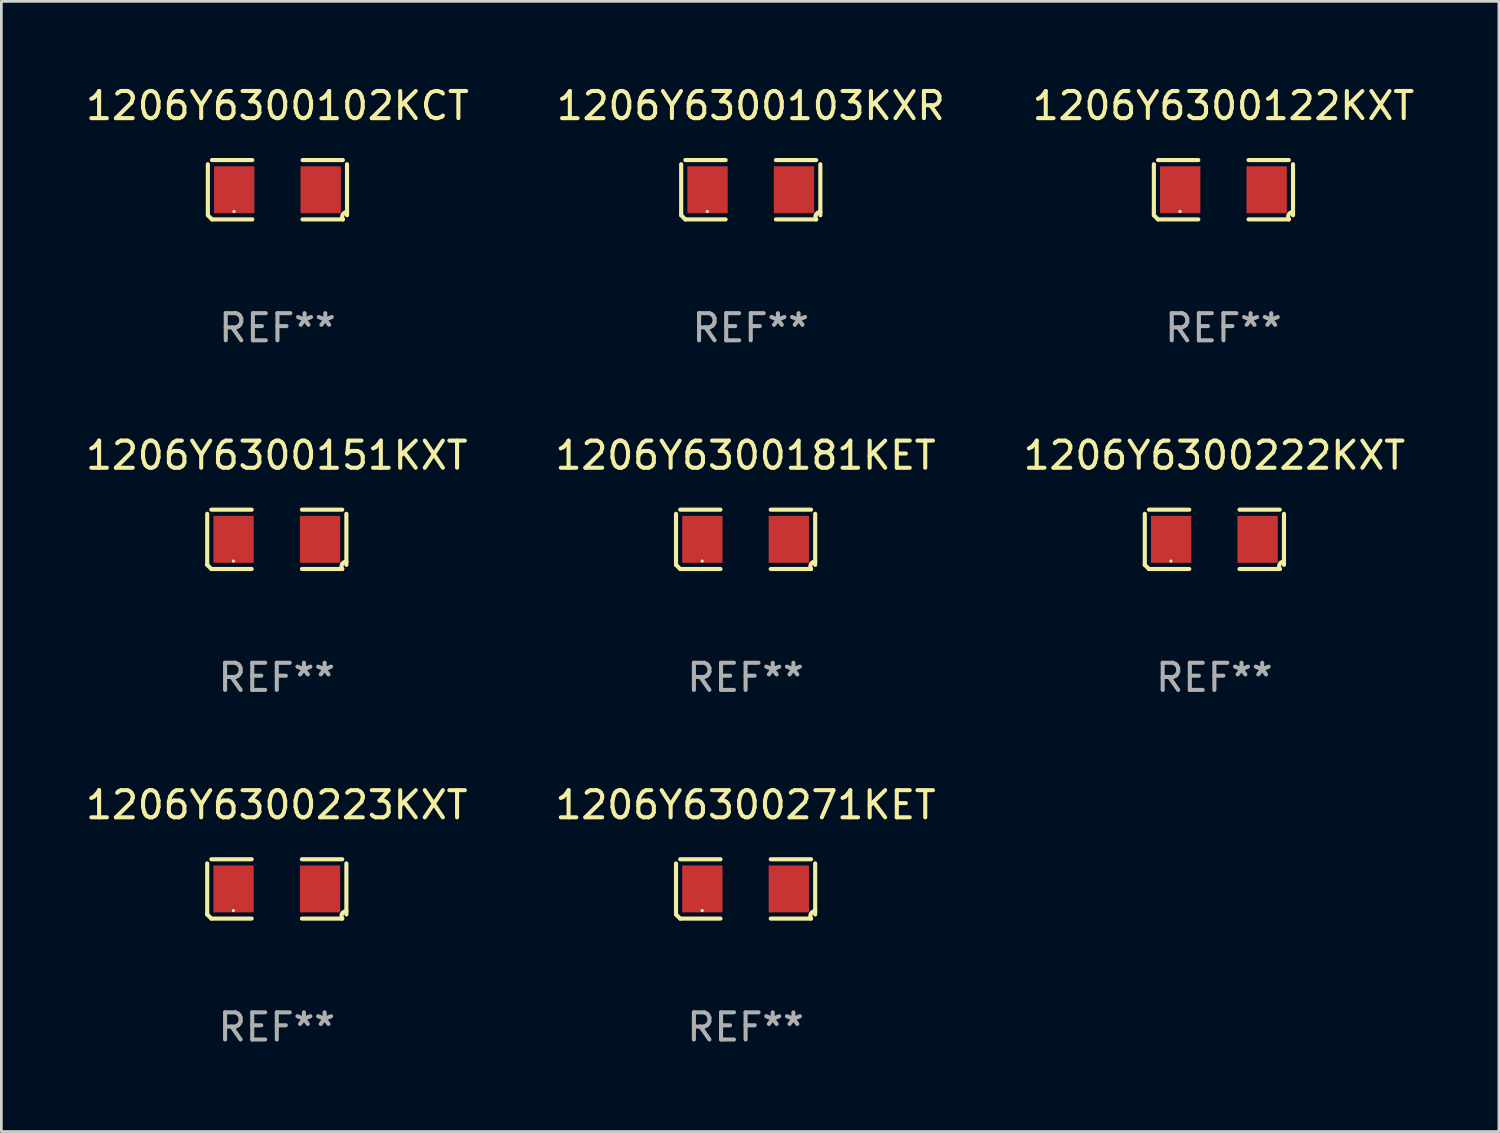
<source format=kicad_pcb>
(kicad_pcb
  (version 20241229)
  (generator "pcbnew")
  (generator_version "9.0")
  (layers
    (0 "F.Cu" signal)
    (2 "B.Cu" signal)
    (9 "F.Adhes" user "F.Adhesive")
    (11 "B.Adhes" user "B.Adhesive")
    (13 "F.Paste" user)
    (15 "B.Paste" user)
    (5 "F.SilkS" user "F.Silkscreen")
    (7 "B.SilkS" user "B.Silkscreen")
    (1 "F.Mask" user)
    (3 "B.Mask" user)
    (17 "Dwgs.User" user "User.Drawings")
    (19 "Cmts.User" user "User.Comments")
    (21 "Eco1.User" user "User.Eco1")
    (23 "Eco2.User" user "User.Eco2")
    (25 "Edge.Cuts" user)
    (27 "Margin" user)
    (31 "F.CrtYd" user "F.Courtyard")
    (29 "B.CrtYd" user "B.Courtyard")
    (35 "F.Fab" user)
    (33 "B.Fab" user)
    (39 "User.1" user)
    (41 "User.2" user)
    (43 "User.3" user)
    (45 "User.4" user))
  (footprint "1206Y6300271KET"
    (layer "F.Cu")
    (at 24.423 29.704)
    (property "Reference" "1206Y6300271KET" (at 0 -3.093 0) (layer "F.SilkS") (effects (font (size 1 1) (thickness 0.15))))
    (attr through_hole)
    (fp_line (start -2.564 0.94) (end -2.564 -0.94) (stroke (width 0.152) (type solid)) (layer "F.SilkS"))
    (fp_line (start -2.411 -1.093) (end -0.926 -1.093) (stroke (width 0.152) (type solid)) (layer "F.SilkS"))
    (fp_line (start -0.926 1.093) (end -2.411 1.093) (stroke (width 0.152) (type solid)) (layer "F.SilkS"))
    (fp_line (start 0.926 1.093) (end 2.411 1.093) (stroke (width 0.152) (type solid)) (layer "F.SilkS"))
    (fp_line (start 2.411 -1.093) (end 0.926 -1.093) (stroke (width 0.152) (type solid)) (layer "F.SilkS"))
    (fp_line (start 2.564 0.94) (end 2.564 -0.94) (stroke (width 0.152) (type solid)) (layer "F.SilkS"))
    (fp_arc (start -2.411201 1.092609) (mid -2.487413 1.01642) (end -2.563602 0.940208) (stroke (width 0.1524) (type solid)) (layer "F.SilkS"))
    (fp_arc (start 2.411201 1.092609) (mid 2.407159 0.911226) (end 2.563602 0.819347) (stroke (width 0.1524) (type solid)) (layer "F.SilkS"))
    (fp_circle (center -1.6 0.8) (end -1.57 0.8) (stroke (width 0.06) (type solid)) (fill no) (layer "F.SilkS"))
    (fp_text user "REF**" (at 0 5.093 0) (layer "F.Fab") (effects (font (size 1 1) (thickness 0.15))))
    (pad "1" smd rect (at -1.593 0) (size 1.485 1.728) (layers "F.Cu" "F.Mask" "F.Paste"))
    (pad "2" smd rect (at 1.593 0) (size 1.485 1.728) (layers "F.Cu" "F.Mask" "F.Paste")))
  (footprint "1206Y6300222KXT"
    (layer "F.Cu")
    (at 41.696 16.823)
    (property "Reference" "1206Y6300222KXT" (at 0 -3.093 0) (layer "F.SilkS") (effects (font (size 1 1) (thickness 0.15))))
    (attr through_hole)
    (fp_line (start -2.564 0.94) (end -2.564 -0.94) (stroke (width 0.152) (type solid)) (layer "F.SilkS"))
    (fp_line (start -2.411 -1.093) (end -0.926 -1.093) (stroke (width 0.152) (type solid)) (layer "F.SilkS"))
    (fp_line (start -0.926 1.093) (end -2.411 1.093) (stroke (width 0.152) (type solid)) (layer "F.SilkS"))
    (fp_line (start 0.926 1.093) (end 2.411 1.093) (stroke (width 0.152) (type solid)) (layer "F.SilkS"))
    (fp_line (start 2.411 -1.093) (end 0.926 -1.093) (stroke (width 0.152) (type solid)) (layer "F.SilkS"))
    (fp_line (start 2.564 0.94) (end 2.564 -0.94) (stroke (width 0.152) (type solid)) (layer "F.SilkS"))
    (fp_arc (start -2.411201 1.092609) (mid -2.487413 1.01642) (end -2.563602 0.940208) (stroke (width 0.1524) (type solid)) (layer "F.SilkS"))
    (fp_arc (start 2.411201 1.092609) (mid 2.407159 0.911226) (end 2.563602 0.819347) (stroke (width 0.1524) (type solid)) (layer "F.SilkS"))
    (fp_circle (center -1.6 0.8) (end -1.57 0.8) (stroke (width 0.06) (type solid)) (fill no) (layer "F.SilkS"))
    (fp_text user "REF**" (at 0 5.093 0) (layer "F.Fab") (effects (font (size 1 1) (thickness 0.15))))
    (pad "1" smd rect (at -1.593 0) (size 1.485 1.728) (layers "F.Cu" "F.Mask" "F.Paste"))
    (pad "2" smd rect (at 1.593 0) (size 1.485 1.728) (layers "F.Cu" "F.Mask" "F.Paste")))
  (footprint "1206Y6300122KXT"
    (layer "F.Cu")
    (at 42.03 3.941)
    (property "Reference" "1206Y6300122KXT" (at 0 -3.093 0) (layer "F.SilkS") (effects (font (size 1 1) (thickness 0.15))))
    (attr through_hole)
    (fp_line (start -2.564 0.94) (end -2.564 -0.94) (stroke (width 0.152) (type solid)) (layer "F.SilkS"))
    (fp_line (start -2.411 -1.093) (end -0.926 -1.093) (stroke (width 0.152) (type solid)) (layer "F.SilkS"))
    (fp_line (start -0.926 1.093) (end -2.411 1.093) (stroke (width 0.152) (type solid)) (layer "F.SilkS"))
    (fp_line (start 0.926 1.093) (end 2.411 1.093) (stroke (width 0.152) (type solid)) (layer "F.SilkS"))
    (fp_line (start 2.411 -1.093) (end 0.926 -1.093) (stroke (width 0.152) (type solid)) (layer "F.SilkS"))
    (fp_line (start 2.564 0.94) (end 2.564 -0.94) (stroke (width 0.152) (type solid)) (layer "F.SilkS"))
    (fp_arc (start -2.411201 1.092609) (mid -2.487413 1.01642) (end -2.563602 0.940208) (stroke (width 0.1524) (type solid)) (layer "F.SilkS"))
    (fp_arc (start 2.411201 1.092609) (mid 2.407159 0.911226) (end 2.563602 0.819347) (stroke (width 0.1524) (type solid)) (layer "F.SilkS"))
    (fp_circle (center -1.6 0.8) (end -1.57 0.8) (stroke (width 0.06) (type solid)) (fill no) (layer "F.SilkS"))
    (fp_text user "REF**" (at 0 5.093 0) (layer "F.Fab") (effects (font (size 1 1) (thickness 0.15))))
    (pad "1" smd rect (at -1.593 0) (size 1.485 1.728) (layers "F.Cu" "F.Mask" "F.Paste"))
    (pad "2" smd rect (at 1.593 0) (size 1.485 1.728) (layers "F.Cu" "F.Mask" "F.Paste")))
  (footprint "1206Y6300181KET"
    (layer "F.Cu")
    (at 24.423 16.823)
    (property "Reference" "1206Y6300181KET" (at 0 -3.093 0) (layer "F.SilkS") (effects (font (size 1 1) (thickness 0.15))))
    (attr through_hole)
    (fp_line (start -2.564 0.94) (end -2.564 -0.94) (stroke (width 0.152) (type solid)) (layer "F.SilkS"))
    (fp_line (start -2.411 -1.093) (end -0.926 -1.093) (stroke (width 0.152) (type solid)) (layer "F.SilkS"))
    (fp_line (start -0.926 1.093) (end -2.411 1.093) (stroke (width 0.152) (type solid)) (layer "F.SilkS"))
    (fp_line (start 0.926 1.093) (end 2.411 1.093) (stroke (width 0.152) (type solid)) (layer "F.SilkS"))
    (fp_line (start 2.411 -1.093) (end 0.926 -1.093) (stroke (width 0.152) (type solid)) (layer "F.SilkS"))
    (fp_line (start 2.564 0.94) (end 2.564 -0.94) (stroke (width 0.152) (type solid)) (layer "F.SilkS"))
    (fp_arc (start -2.411201 1.092609) (mid -2.487413 1.01642) (end -2.563602 0.940208) (stroke (width 0.1524) (type solid)) (layer "F.SilkS"))
    (fp_arc (start 2.411201 1.092609) (mid 2.407159 0.911226) (end 2.563602 0.819347) (stroke (width 0.1524) (type solid)) (layer "F.SilkS"))
    (fp_circle (center -1.6 0.8) (end -1.57 0.8) (stroke (width 0.06) (type solid)) (fill no) (layer "F.SilkS"))
    (fp_text user "REF**" (at 0 5.093 0) (layer "F.Fab") (effects (font (size 1 1) (thickness 0.15))))
    (pad "1" smd rect (at -1.593 0) (size 1.485 1.728) (layers "F.Cu" "F.Mask" "F.Paste"))
    (pad "2" smd rect (at 1.593 0) (size 1.485 1.728) (layers "F.Cu" "F.Mask" "F.Paste")))
  (footprint "1206Y6300223KXT"
    (layer "F.Cu")
    (at 7.149 29.704)
    (property "Reference" "1206Y6300223KXT" (at 0 -3.093 0) (layer "F.SilkS") (effects (font (size 1 1) (thickness 0.15))))
    (attr through_hole)
    (fp_line (start -2.564 0.94) (end -2.564 -0.94) (stroke (width 0.152) (type solid)) (layer "F.SilkS"))
    (fp_line (start -2.411 -1.093) (end -0.926 -1.093) (stroke (width 0.152) (type solid)) (layer "F.SilkS"))
    (fp_line (start -0.926 1.093) (end -2.411 1.093) (stroke (width 0.152) (type solid)) (layer "F.SilkS"))
    (fp_line (start 0.926 1.093) (end 2.411 1.093) (stroke (width 0.152) (type solid)) (layer "F.SilkS"))
    (fp_line (start 2.411 -1.093) (end 0.926 -1.093) (stroke (width 0.152) (type solid)) (layer "F.SilkS"))
    (fp_line (start 2.564 0.94) (end 2.564 -0.94) (stroke (width 0.152) (type solid)) (layer "F.SilkS"))
    (fp_arc (start -2.411201 1.092609) (mid -2.487413 1.01642) (end -2.563602 0.940208) (stroke (width 0.1524) (type solid)) (layer "F.SilkS"))
    (fp_arc (start 2.411201 1.092609) (mid 2.407159 0.911226) (end 2.563602 0.819347) (stroke (width 0.1524) (type solid)) (layer "F.SilkS"))
    (fp_circle (center -1.6 0.8) (end -1.57 0.8) (stroke (width 0.06) (type solid)) (fill no) (layer "F.SilkS"))
    (fp_text user "REF**" (at 0 5.093 0) (layer "F.Fab") (effects (font (size 1 1) (thickness 0.15))))
    (pad "1" smd rect (at -1.593 0) (size 1.485 1.728) (layers "F.Cu" "F.Mask" "F.Paste"))
    (pad "2" smd rect (at 1.593 0) (size 1.485 1.728) (layers "F.Cu" "F.Mask" "F.Paste")))
  (footprint "1206Y6300151KXT"
    (layer "F.Cu")
    (at 7.149 16.823)
    (property "Reference" "1206Y6300151KXT" (at 0 -3.093 0) (layer "F.SilkS") (effects (font (size 1 1) (thickness 0.15))))
    (attr through_hole)
    (fp_line (start -2.564 0.94) (end -2.564 -0.94) (stroke (width 0.152) (type solid)) (layer "F.SilkS"))
    (fp_line (start -2.411 -1.093) (end -0.926 -1.093) (stroke (width 0.152) (type solid)) (layer "F.SilkS"))
    (fp_line (start -0.926 1.093) (end -2.411 1.093) (stroke (width 0.152) (type solid)) (layer "F.SilkS"))
    (fp_line (start 0.926 1.093) (end 2.411 1.093) (stroke (width 0.152) (type solid)) (layer "F.SilkS"))
    (fp_line (start 2.411 -1.093) (end 0.926 -1.093) (stroke (width 0.152) (type solid)) (layer "F.SilkS"))
    (fp_line (start 2.564 0.94) (end 2.564 -0.94) (stroke (width 0.152) (type solid)) (layer "F.SilkS"))
    (fp_arc (start -2.411201 1.092609) (mid -2.487413 1.01642) (end -2.563602 0.940208) (stroke (width 0.1524) (type solid)) (layer "F.SilkS"))
    (fp_arc (start 2.411201 1.092609) (mid 2.407159 0.911226) (end 2.563602 0.819347) (stroke (width 0.1524) (type solid)) (layer "F.SilkS"))
    (fp_circle (center -1.6 0.8) (end -1.57 0.8) (stroke (width 0.06) (type solid)) (fill no) (layer "F.SilkS"))
    (fp_text user "REF**" (at 0 5.093 0) (layer "F.Fab") (effects (font (size 1 1) (thickness 0.15))))
    (pad "1" smd rect (at -1.593 0) (size 1.485 1.728) (layers "F.Cu" "F.Mask" "F.Paste"))
    (pad "2" smd rect (at 1.593 0) (size 1.485 1.728) (layers "F.Cu" "F.Mask" "F.Paste")))
  (footprint "1206Y6300103KXR"
    (layer "F.Cu")
    (at 24.613 3.941)
    (property "Reference" "1206Y6300103KXR" (at 0 -3.093 0) (layer "F.SilkS") (effects (font (size 1 1) (thickness 0.15))))
    (attr through_hole)
    (fp_line (start -2.564 0.94) (end -2.564 -0.94) (stroke (width 0.152) (type solid)) (layer "F.SilkS"))
    (fp_line (start -2.411 -1.093) (end -0.926 -1.093) (stroke (width 0.152) (type solid)) (layer "F.SilkS"))
    (fp_line (start -0.926 1.093) (end -2.411 1.093) (stroke (width 0.152) (type solid)) (layer "F.SilkS"))
    (fp_line (start 0.926 1.093) (end 2.411 1.093) (stroke (width 0.152) (type solid)) (layer "F.SilkS"))
    (fp_line (start 2.411 -1.093) (end 0.926 -1.093) (stroke (width 0.152) (type solid)) (layer "F.SilkS"))
    (fp_line (start 2.564 0.94) (end 2.564 -0.94) (stroke (width 0.152) (type solid)) (layer "F.SilkS"))
    (fp_arc (start -2.411201 1.092609) (mid -2.487413 1.01642) (end -2.563602 0.940208) (stroke (width 0.1524) (type solid)) (layer "F.SilkS"))
    (fp_arc (start 2.411201 1.092609) (mid 2.407159 0.911226) (end 2.563602 0.819347) (stroke (width 0.1524) (type solid)) (layer "F.SilkS"))
    (fp_circle (center -1.6 0.8) (end -1.57 0.8) (stroke (width 0.06) (type solid)) (fill no) (layer "F.SilkS"))
    (fp_text user "REF**" (at 0 5.093 0) (layer "F.Fab") (effects (font (size 1 1) (thickness 0.15))))
    (pad "1" smd rect (at -1.593 0) (size 1.485 1.728) (layers "F.Cu" "F.Mask" "F.Paste"))
    (pad "2" smd rect (at 1.593 0) (size 1.485 1.728) (layers "F.Cu" "F.Mask" "F.Paste")))
  (footprint "1206Y6300102KCT"
    (layer "F.Cu")
    (at 7.173 3.941)
    (property "Reference" "1206Y6300102KCT" (at 0 -3.093 0) (layer "F.SilkS") (effects (font (size 1 1) (thickness 0.15))))
    (attr through_hole)
    (fp_line (start -2.564 0.94) (end -2.564 -0.94) (stroke (width 0.152) (type solid)) (layer "F.SilkS"))
    (fp_line (start -2.411 -1.093) (end -0.926 -1.093) (stroke (width 0.152) (type solid)) (layer "F.SilkS"))
    (fp_line (start -0.926 1.093) (end -2.411 1.093) (stroke (width 0.152) (type solid)) (layer "F.SilkS"))
    (fp_line (start 0.926 1.093) (end 2.411 1.093) (stroke (width 0.152) (type solid)) (layer "F.SilkS"))
    (fp_line (start 2.411 -1.093) (end 0.926 -1.093) (stroke (width 0.152) (type solid)) (layer "F.SilkS"))
    (fp_line (start 2.564 0.94) (end 2.564 -0.94) (stroke (width 0.152) (type solid)) (layer "F.SilkS"))
    (fp_arc (start -2.411201 1.092609) (mid -2.487413 1.01642) (end -2.563602 0.940208) (stroke (width 0.1524) (type solid)) (layer "F.SilkS"))
    (fp_arc (start 2.411201 1.092609) (mid 2.407159 0.911226) (end 2.563602 0.819347) (stroke (width 0.1524) (type solid)) (layer "F.SilkS"))
    (fp_circle (center -1.6 0.8) (end -1.57 0.8) (stroke (width 0.06) (type solid)) (fill no) (layer "F.SilkS"))
    (fp_text user "REF**" (at 0 5.093 0) (layer "F.Fab") (effects (font (size 1 1) (thickness 0.15))))
    (pad "1" smd rect (at -1.593 0) (size 1.485 1.728) (layers "F.Cu" "F.Mask" "F.Paste"))
    (pad "2" smd rect (at 1.593 0) (size 1.485 1.728) (layers "F.Cu" "F.Mask" "F.Paste")))
  (gr_rect
    (start -3 -3)
    (end 52.179 38.645)
    (stroke (width 0.1) (type default))
    (fill no)
    (layer "Edge.Cuts")))
</source>
